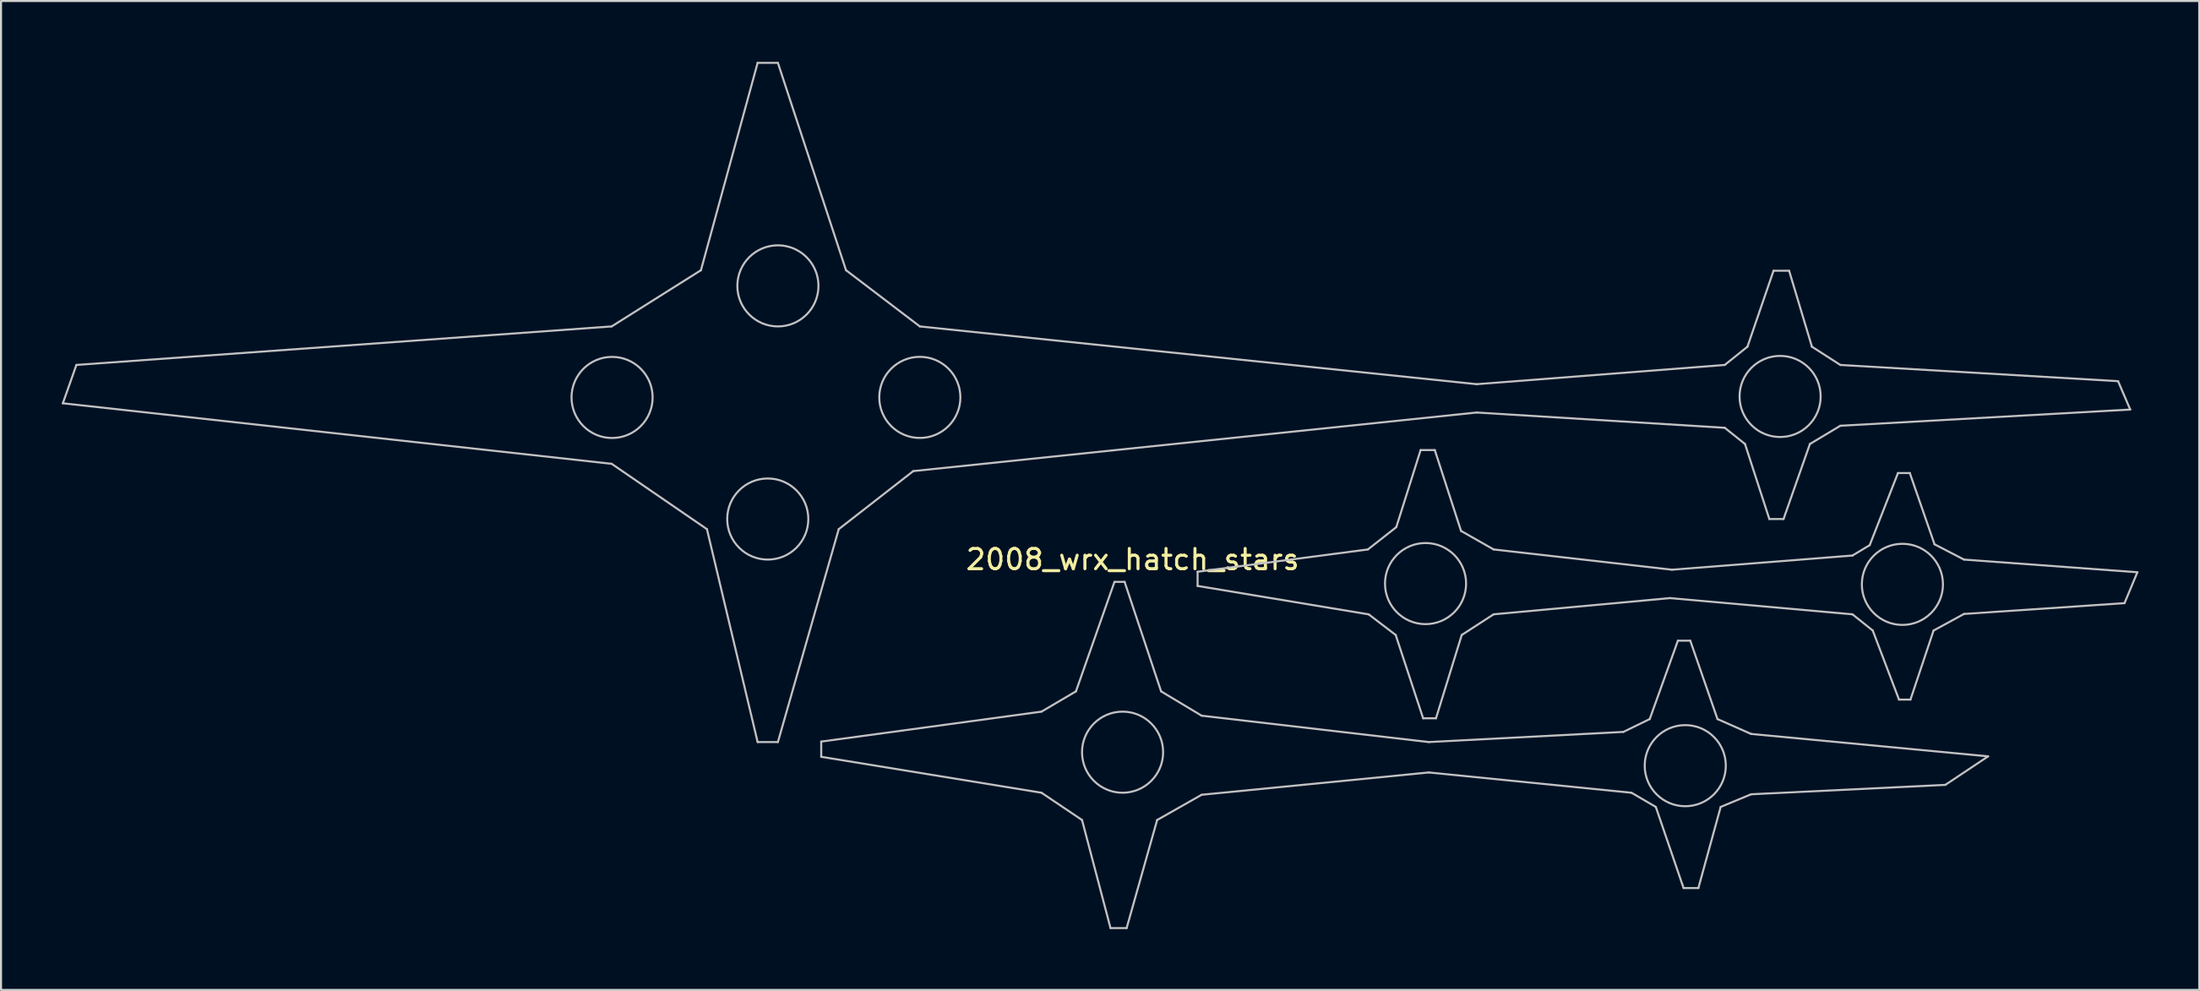
<source format=kicad_pcb>
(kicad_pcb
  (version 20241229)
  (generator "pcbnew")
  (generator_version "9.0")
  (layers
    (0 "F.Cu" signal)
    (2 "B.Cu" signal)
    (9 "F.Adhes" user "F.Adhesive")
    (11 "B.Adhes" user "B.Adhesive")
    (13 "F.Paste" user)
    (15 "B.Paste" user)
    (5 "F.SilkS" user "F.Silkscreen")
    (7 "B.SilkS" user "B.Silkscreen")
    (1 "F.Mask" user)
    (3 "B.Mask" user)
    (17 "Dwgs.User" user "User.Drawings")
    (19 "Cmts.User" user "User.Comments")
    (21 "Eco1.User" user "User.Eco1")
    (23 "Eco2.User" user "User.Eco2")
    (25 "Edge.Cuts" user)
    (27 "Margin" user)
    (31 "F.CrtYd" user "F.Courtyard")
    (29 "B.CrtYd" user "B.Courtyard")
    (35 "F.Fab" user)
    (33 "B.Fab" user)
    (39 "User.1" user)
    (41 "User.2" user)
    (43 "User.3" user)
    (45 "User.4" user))
  (footprint "2008_wrx_hatch_stars"
    (layer "F.Cu")
    (at 52.817 24.046)
    (property "Reference" "2008_wrx_hatch_stars" (at 0 0.5 0) (layer "F.SilkS") (effects (font (size 1 1) (thickness 0.15))))
    (attr through_hole)
    (fp_line (start -52.767 -7.205) (end -25.699 -4.22) (stroke (width 0.1) (type solid)) (layer "Dwgs.User"))
    (fp_line (start -52.099 -9.096) (end -52.767 -7.205) (stroke (width 0.1) (type solid)) (layer "Dwgs.User"))
    (fp_line (start -25.699 -10.996) (end -52.099 -9.096) (stroke (width 0.1) (type solid)) (layer "Dwgs.User"))
    (fp_line (start -25.699 -4.22) (end -20.999 -0.996) (stroke (width 0.1) (type solid)) (layer "Dwgs.User"))
    (fp_line (start -21.295 -13.768) (end -25.699 -10.996) (stroke (width 0.1) (type solid)) (layer "Dwgs.User"))
    (fp_line (start -20.999 -0.996) (end -18.499 9.504) (stroke (width 0.1) (type solid)) (layer "Dwgs.User"))
    (fp_line (start -18.499 -23.996) (end -21.295 -13.768) (stroke (width 0.1) (type solid)) (layer "Dwgs.User"))
    (fp_line (start -18.499 9.504) (end -17.499 9.504) (stroke (width 0.1) (type solid)) (layer "Dwgs.User"))
    (fp_line (start -17.499 -23.996) (end -18.499 -23.996) (stroke (width 0.1) (type solid)) (layer "Dwgs.User"))
    (fp_line (start -17.499 9.504) (end -14.499 -0.996) (stroke (width 0.1) (type solid)) (layer "Dwgs.User"))
    (fp_line (start -15.363 9.481) (end -15.363 10.232) (stroke (width 0.1) (type solid)) (layer "Dwgs.User"))
    (fp_line (start -15.363 10.232) (end -4.499 12.004) (stroke (width 0.1) (type solid)) (layer "Dwgs.User"))
    (fp_line (start -14.499 -0.996) (end -10.823 -3.86) (stroke (width 0.1) (type solid)) (layer "Dwgs.User"))
    (fp_line (start -14.14 -13.768) (end -17.499 -23.996) (stroke (width 0.1) (type solid)) (layer "Dwgs.User"))
    (fp_line (start -10.823 -3.86) (end 16.965 -6.75) (stroke (width 0.1) (type solid)) (layer "Dwgs.User"))
    (fp_line (start -10.499 -10.996) (end -14.14 -13.768) (stroke (width 0.1) (type solid)) (layer "Dwgs.User"))
    (fp_line (start -4.499 8.004) (end -15.363 9.481) (stroke (width 0.1) (type solid)) (layer "Dwgs.User"))
    (fp_line (start -4.499 12.004) (end -2.499 13.349) (stroke (width 0.1) (type solid)) (layer "Dwgs.User"))
    (fp_line (start -2.799 7.004) (end -4.499 8.004) (stroke (width 0.1) (type solid)) (layer "Dwgs.User"))
    (fp_line (start -2.499 13.349) (end -1.094 18.68) (stroke (width 0.1) (type solid)) (layer "Dwgs.User"))
    (fp_line (start -1.094 18.68) (end -0.299 18.68) (stroke (width 0.1) (type solid)) (layer "Dwgs.User"))
    (fp_line (start -0.899 1.604) (end -2.799 7.004) (stroke (width 0.1) (type solid)) (layer "Dwgs.User"))
    (fp_line (start -0.399 1.604) (end -0.899 1.604) (stroke (width 0.1) (type solid)) (layer "Dwgs.User"))
    (fp_line (start -0.299 18.68) (end 1.206 13.349) (stroke (width 0.1) (type solid)) (layer "Dwgs.User"))
    (fp_line (start 1.206 13.349) (end 3.401 12.104) (stroke (width 0.1) (type solid)) (layer "Dwgs.User"))
    (fp_line (start 1.401 7.004) (end -0.399 1.604) (stroke (width 0.1) (type solid)) (layer "Dwgs.User"))
    (fp_line (start 3.201 1.104) (end 11.601 0.004) (stroke (width 0.1) (type solid)) (layer "Dwgs.User"))
    (fp_line (start 3.201 1.804) (end 3.201 1.104) (stroke (width 0.1) (type solid)) (layer "Dwgs.User"))
    (fp_line (start 3.401 8.204) (end 1.401 7.004) (stroke (width 0.1) (type solid)) (layer "Dwgs.User"))
    (fp_line (start 3.401 12.104) (end 14.601 11.004) (stroke (width 0.1) (type solid)) (layer "Dwgs.User"))
    (fp_line (start 11.601 0.004) (end 13.001 -1.096) (stroke (width 0.1) (type solid)) (layer "Dwgs.User"))
    (fp_line (start 11.642 3.207) (end 3.201 1.804) (stroke (width 0.1) (type solid)) (layer "Dwgs.User"))
    (fp_line (start 12.972 4.224) (end 11.642 3.207) (stroke (width 0.1) (type solid)) (layer "Dwgs.User"))
    (fp_line (start 13.001 -1.096) (end 14.201 -4.896) (stroke (width 0.1) (type solid)) (layer "Dwgs.User"))
    (fp_line (start 14.201 -4.896) (end 14.901 -4.896) (stroke (width 0.1) (type solid)) (layer "Dwgs.User"))
    (fp_line (start 14.325 8.332) (end 12.972 4.224) (stroke (width 0.1) (type solid)) (layer "Dwgs.User"))
    (fp_line (start 14.601 9.504) (end 3.401 8.204) (stroke (width 0.1) (type solid)) (layer "Dwgs.User"))
    (fp_line (start 14.601 11.004) (end 24.601 12.004) (stroke (width 0.1) (type solid)) (layer "Dwgs.User"))
    (fp_line (start 14.901 -4.896) (end 16.194 -0.91) (stroke (width 0.1) (type solid)) (layer "Dwgs.User"))
    (fp_line (start 14.959 8.332) (end 14.325 8.332) (stroke (width 0.1) (type solid)) (layer "Dwgs.User"))
    (fp_line (start 16.194 -0.91) (end 17.801 0.004) (stroke (width 0.1) (type solid)) (layer "Dwgs.User"))
    (fp_line (start 16.228 4.224) (end 14.959 8.332) (stroke (width 0.1) (type solid)) (layer "Dwgs.User"))
    (fp_line (start 16.965 -8.147) (end -10.499 -10.996) (stroke (width 0.1) (type solid)) (layer "Dwgs.User"))
    (fp_line (start 16.965 -6.75) (end 29.201 -5.996) (stroke (width 0.1) (type solid)) (layer "Dwgs.User"))
    (fp_line (start 17.801 0.004) (end 26.601 1.004) (stroke (width 0.1) (type solid)) (layer "Dwgs.User"))
    (fp_line (start 17.801 3.204) (end 16.228 4.224) (stroke (width 0.1) (type solid)) (layer "Dwgs.User"))
    (fp_line (start 24.201 9.004) (end 14.601 9.504) (stroke (width 0.1) (type solid)) (layer "Dwgs.User"))
    (fp_line (start 24.601 12.004) (end 25.801 12.704) (stroke (width 0.1) (type solid)) (layer "Dwgs.User"))
    (fp_line (start 25.501 8.37) (end 24.201 9.004) (stroke (width 0.1) (type solid)) (layer "Dwgs.User"))
    (fp_line (start 25.801 12.704) (end 27.101 16.504) (stroke (width 0.1) (type solid)) (layer "Dwgs.User"))
    (fp_line (start 26.501 2.404) (end 17.801 3.204) (stroke (width 0.1) (type solid)) (layer "Dwgs.User"))
    (fp_line (start 26.601 1.004) (end 35.501 0.304) (stroke (width 0.1) (type solid)) (layer "Dwgs.User"))
    (fp_line (start 26.891 4.504) (end 25.501 8.37) (stroke (width 0.1) (type solid)) (layer "Dwgs.User"))
    (fp_line (start 27.101 16.504) (end 27.17 16.704) (stroke (width 0.1) (type solid)) (layer "Dwgs.User"))
    (fp_line (start 27.17 16.704) (end 27.901 16.704) (stroke (width 0.1) (type solid)) (layer "Dwgs.User"))
    (fp_line (start 27.501 4.504) (end 26.891 4.504) (stroke (width 0.1) (type solid)) (layer "Dwgs.User"))
    (fp_line (start 27.901 16.704) (end 29.001 12.704) (stroke (width 0.1) (type solid)) (layer "Dwgs.User"))
    (fp_line (start 28.843 8.37) (end 27.501 4.504) (stroke (width 0.1) (type solid)) (layer "Dwgs.User"))
    (fp_line (start 29.001 12.704) (end 30.501 12.08) (stroke (width 0.1) (type solid)) (layer "Dwgs.User"))
    (fp_line (start 29.201 -9.096) (end 16.965 -8.147) (stroke (width 0.1) (type solid)) (layer "Dwgs.User"))
    (fp_line (start 29.201 -5.996) (end 30.201 -5.196) (stroke (width 0.1) (type solid)) (layer "Dwgs.User"))
    (fp_line (start 30.201 -5.196) (end 31.401 -1.496) (stroke (width 0.1) (type solid)) (layer "Dwgs.User"))
    (fp_line (start 30.321 -9.996) (end 29.201 -9.096) (stroke (width 0.1) (type solid)) (layer "Dwgs.User"))
    (fp_line (start 30.501 9.104) (end 28.843 8.37) (stroke (width 0.1) (type solid)) (layer "Dwgs.User"))
    (fp_line (start 30.501 12.08) (end 40.081 11.616) (stroke (width 0.1) (type solid)) (layer "Dwgs.User"))
    (fp_line (start 31.401 -1.496) (end 32.101 -1.496) (stroke (width 0.1) (type solid)) (layer "Dwgs.User"))
    (fp_line (start 31.607 -13.742) (end 30.321 -9.996) (stroke (width 0.1) (type solid)) (layer "Dwgs.User"))
    (fp_line (start 32.101 -1.496) (end 33.401 -5.196) (stroke (width 0.1) (type solid)) (layer "Dwgs.User"))
    (fp_line (start 32.376 -13.742) (end 31.607 -13.742) (stroke (width 0.1) (type solid)) (layer "Dwgs.User"))
    (fp_line (start 33.401 -5.196) (end 34.901 -6.096) (stroke (width 0.1) (type solid)) (layer "Dwgs.User"))
    (fp_line (start 33.501 -9.996) (end 32.376 -13.742) (stroke (width 0.1) (type solid)) (layer "Dwgs.User"))
    (fp_line (start 34.901 -9.096) (end 33.501 -9.996) (stroke (width 0.1) (type solid)) (layer "Dwgs.User"))
    (fp_line (start 34.901 -6.096) (end 49.201 -6.896) (stroke (width 0.1) (type solid)) (layer "Dwgs.User"))
    (fp_line (start 35.501 0.304) (end 36.35 -0.207) (stroke (width 0.1) (type solid)) (layer "Dwgs.User"))
    (fp_line (start 35.501 3.204) (end 26.501 2.404) (stroke (width 0.1) (type solid)) (layer "Dwgs.User"))
    (fp_line (start 36.35 -0.207) (end 37.745 -3.764) (stroke (width 0.1) (type solid)) (layer "Dwgs.User"))
    (fp_line (start 36.501 4.004) (end 35.501 3.204) (stroke (width 0.1) (type solid)) (layer "Dwgs.User"))
    (fp_line (start 37.745 -3.764) (end 38.329 -3.764) (stroke (width 0.1) (type solid)) (layer "Dwgs.User"))
    (fp_line (start 37.796 7.409) (end 36.501 4.004) (stroke (width 0.1) (type solid)) (layer "Dwgs.User"))
    (fp_line (start 38.329 -3.764) (end 39.549 -0.249) (stroke (width 0.1) (type solid)) (layer "Dwgs.User"))
    (fp_line (start 38.362 7.409) (end 37.796 7.409) (stroke (width 0.1) (type solid)) (layer "Dwgs.User"))
    (fp_line (start 39.501 4.004) (end 38.362 7.409) (stroke (width 0.1) (type solid)) (layer "Dwgs.User"))
    (fp_line (start 39.549 -0.249) (end 41.001 0.504) (stroke (width 0.1) (type solid)) (layer "Dwgs.User"))
    (fp_line (start 40.081 11.616) (end 42.191 10.209) (stroke (width 0.1) (type solid)) (layer "Dwgs.User"))
    (fp_line (start 41.001 0.504) (end 49.554 1.129) (stroke (width 0.1) (type solid)) (layer "Dwgs.User"))
    (fp_line (start 41.001 3.186) (end 39.501 4.004) (stroke (width 0.1) (type solid)) (layer "Dwgs.User"))
    (fp_line (start 42.191 10.209) (end 30.501 9.104) (stroke (width 0.1) (type solid)) (layer "Dwgs.User"))
    (fp_line (start 48.601 -8.296) (end 34.901 -9.096) (stroke (width 0.1) (type solid)) (layer "Dwgs.User"))
    (fp_line (start 48.918 2.653) (end 41.001 3.186) (stroke (width 0.1) (type solid)) (layer "Dwgs.User"))
    (fp_line (start 49.201 -6.896) (end 48.601 -8.296) (stroke (width 0.1) (type solid)) (layer "Dwgs.User"))
    (fp_line (start 49.554 1.129) (end 48.918 2.653) (stroke (width 0.1) (type solid)) (layer "Dwgs.User"))
    (fp_circle (center -25.678 -7.493) (end -23.678 -7.493) (stroke (width 0.1) (type solid)) (fill no) (layer "Dwgs.User"))
    (fp_circle (center -17.999 -1.496) (end -15.999 -1.496) (stroke (width 0.1) (type solid)) (fill no) (layer "Dwgs.User"))
    (fp_circle (center -17.499 -12.996) (end -15.499 -12.996) (stroke (width 0.1) (type solid)) (fill no) (layer "Dwgs.User"))
    (fp_circle (center -10.499 -7.496) (end -8.499 -7.496) (stroke (width 0.1) (type solid)) (fill no) (layer "Dwgs.User"))
    (fp_circle (center -0.499 10.004) (end 1.501 10.004) (stroke (width 0.1) (type solid)) (fill no) (layer "Dwgs.User"))
    (fp_circle (center 14.444 1.688) (end 16.444 1.688) (stroke (width 0.1) (type solid)) (fill no) (layer "Dwgs.User"))
    (fp_circle (center 27.254 10.669) (end 29.254 10.669) (stroke (width 0.1) (type solid)) (fill no) (layer "Dwgs.User"))
    (fp_circle (center 31.932 -7.542) (end 33.932 -7.542) (stroke (width 0.1) (type solid)) (fill no) (layer "Dwgs.User"))
    (fp_circle (center 37.964 1.726) (end 39.964 1.726) (stroke (width 0.1) (type solid)) (fill no) (layer "Dwgs.User")))
  (gr_rect
    (start -3 -3)
    (end 105.421 45.776)
    (stroke (width 0.1) (type default))
    (fill no)
    (layer "Edge.Cuts")))
</source>
